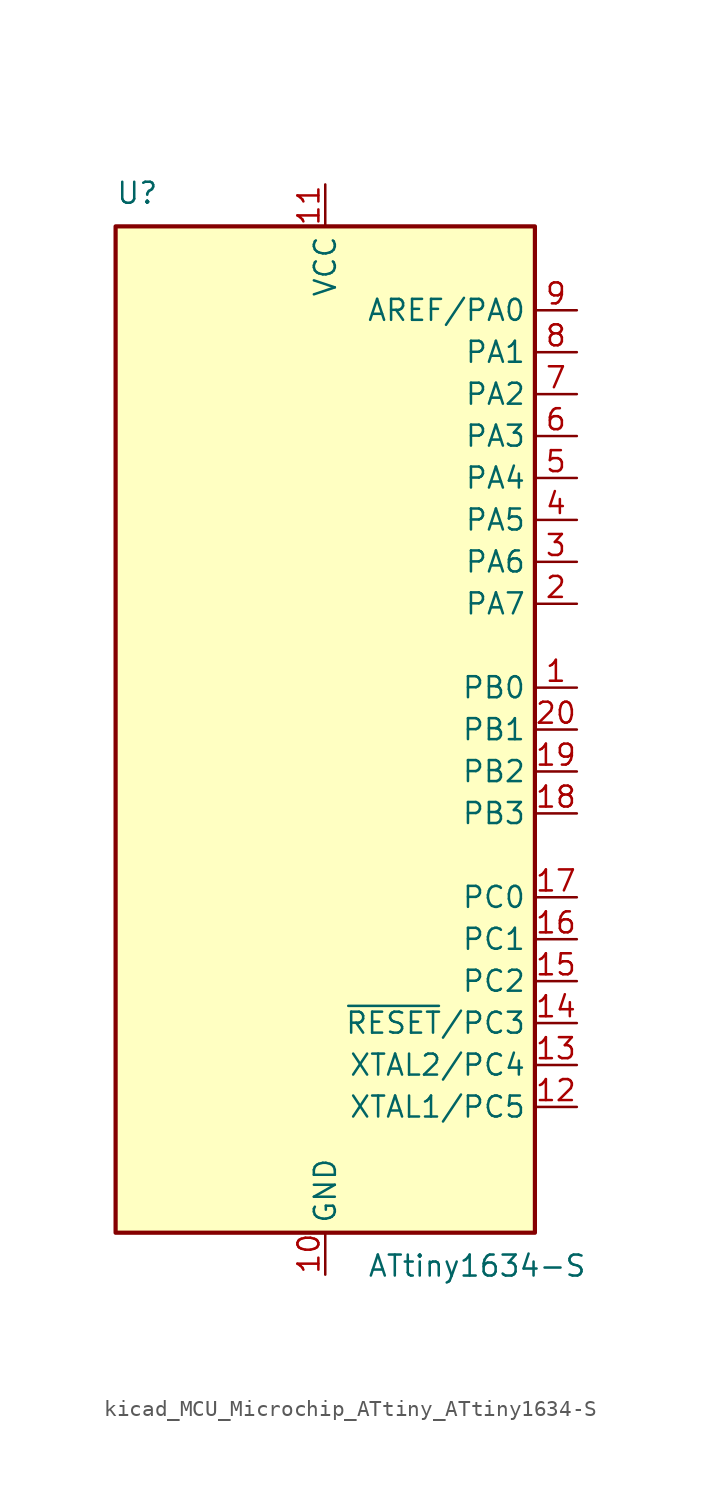
<source format=kicad_sym>
(kicad_symbol_lib
  (version 20220914)
  (generator kicad_symbol_editor)
  (symbol "kicad_MCU_Microchip_ATtiny_ATtiny1634-S"
    (property "Reference" "U"
      (at -12.7 31.75 0)
      (effects (font (size 1.27 1.27)) (justify left bottom)))
    (property "Value" "ATtiny1634-S"
      (at 2.54 -31.75 0)
      (effects (font (size 1.27 1.27)) (justify left top)))
    (symbol "kicad_MCU_Microchip_ATtiny_ATtiny1634-S_0_1"
      (rectangle (start -12.7 -30.48) (end 12.7 30.48) (stroke (width 0.254) (type default)) (fill (type background))))
    (symbol "kicad_MCU_Microchip_ATtiny_ATtiny1634-S_1_1"
      (pin bidirectional line (at 15.24 2.54 180) (length 2.54) (name "PB0" (effects (font (size 1.27 1.27)))) (number "1" (effects (font (size 1.27 1.27)))))
      (pin power_in line (at 0 -33.02 90) (length 2.54) (name "GND" (effects (font (size 1.27 1.27)))) (number "10" (effects (font (size 1.27 1.27)))))
      (pin power_in line (at 0 33.02 270) (length 2.54) (name "VCC" (effects (font (size 1.27 1.27)))) (number "11" (effects (font (size 1.27 1.27)))))
      (pin bidirectional line (at 15.24 -22.86 180) (length 2.54) (name "XTAL1/PC5" (effects (font (size 1.27 1.27)))) (number "12" (effects (font (size 1.27 1.27)))))
      (pin bidirectional line (at 15.24 -20.32 180) (length 2.54) (name "XTAL2/PC4" (effects (font (size 1.27 1.27)))) (number "13" (effects (font (size 1.27 1.27)))))
      (pin bidirectional line (at 15.24 -17.78 180) (length 2.54) (name "~{RESET}/PC3" (effects (font (size 1.27 1.27)))) (number "14" (effects (font (size 1.27 1.27)))))
      (pin bidirectional line (at 15.24 -15.24 180) (length 2.54) (name "PC2" (effects (font (size 1.27 1.27)))) (number "15" (effects (font (size 1.27 1.27)))))
      (pin bidirectional line (at 15.24 -12.7 180) (length 2.54) (name "PC1" (effects (font (size 1.27 1.27)))) (number "16" (effects (font (size 1.27 1.27)))))
      (pin bidirectional line (at 15.24 -10.16 180) (length 2.54) (name "PC0" (effects (font (size 1.27 1.27)))) (number "17" (effects (font (size 1.27 1.27)))))
      (pin bidirectional line (at 15.24 -5.08 180) (length 2.54) (name "PB3" (effects (font (size 1.27 1.27)))) (number "18" (effects (font (size 1.27 1.27)))))
      (pin bidirectional line (at 15.24 -2.54 180) (length 2.54) (name "PB2" (effects (font (size 1.27 1.27)))) (number "19" (effects (font (size 1.27 1.27)))))
      (pin bidirectional line (at 15.24 7.62 180) (length 2.54) (name "PA7" (effects (font (size 1.27 1.27)))) (number "2" (effects (font (size 1.27 1.27)))))
      (pin bidirectional line (at 15.24 0 180) (length 2.54) (name "PB1" (effects (font (size 1.27 1.27)))) (number "20" (effects (font (size 1.27 1.27)))))
      (pin bidirectional line (at 15.24 10.16 180) (length 2.54) (name "PA6" (effects (font (size 1.27 1.27)))) (number "3" (effects (font (size 1.27 1.27)))))
      (pin bidirectional line (at 15.24 12.7 180) (length 2.54) (name "PA5" (effects (font (size 1.27 1.27)))) (number "4" (effects (font (size 1.27 1.27)))))
      (pin bidirectional line (at 15.24 15.24 180) (length 2.54) (name "PA4" (effects (font (size 1.27 1.27)))) (number "5" (effects (font (size 1.27 1.27)))))
      (pin bidirectional line (at 15.24 17.78 180) (length 2.54) (name "PA3" (effects (font (size 1.27 1.27)))) (number "6" (effects (font (size 1.27 1.27)))))
      (pin bidirectional line (at 15.24 20.32 180) (length 2.54) (name "PA2" (effects (font (size 1.27 1.27)))) (number "7" (effects (font (size 1.27 1.27)))))
      (pin bidirectional line (at 15.24 22.86 180) (length 2.54) (name "PA1" (effects (font (size 1.27 1.27)))) (number "8" (effects (font (size 1.27 1.27)))))
      (pin bidirectional line (at 15.24 25.4 180) (length 2.54) (name "AREF/PA0" (effects (font (size 1.27 1.27)))) (number "9" (effects (font (size 1.27 1.27))))))))
</source>
